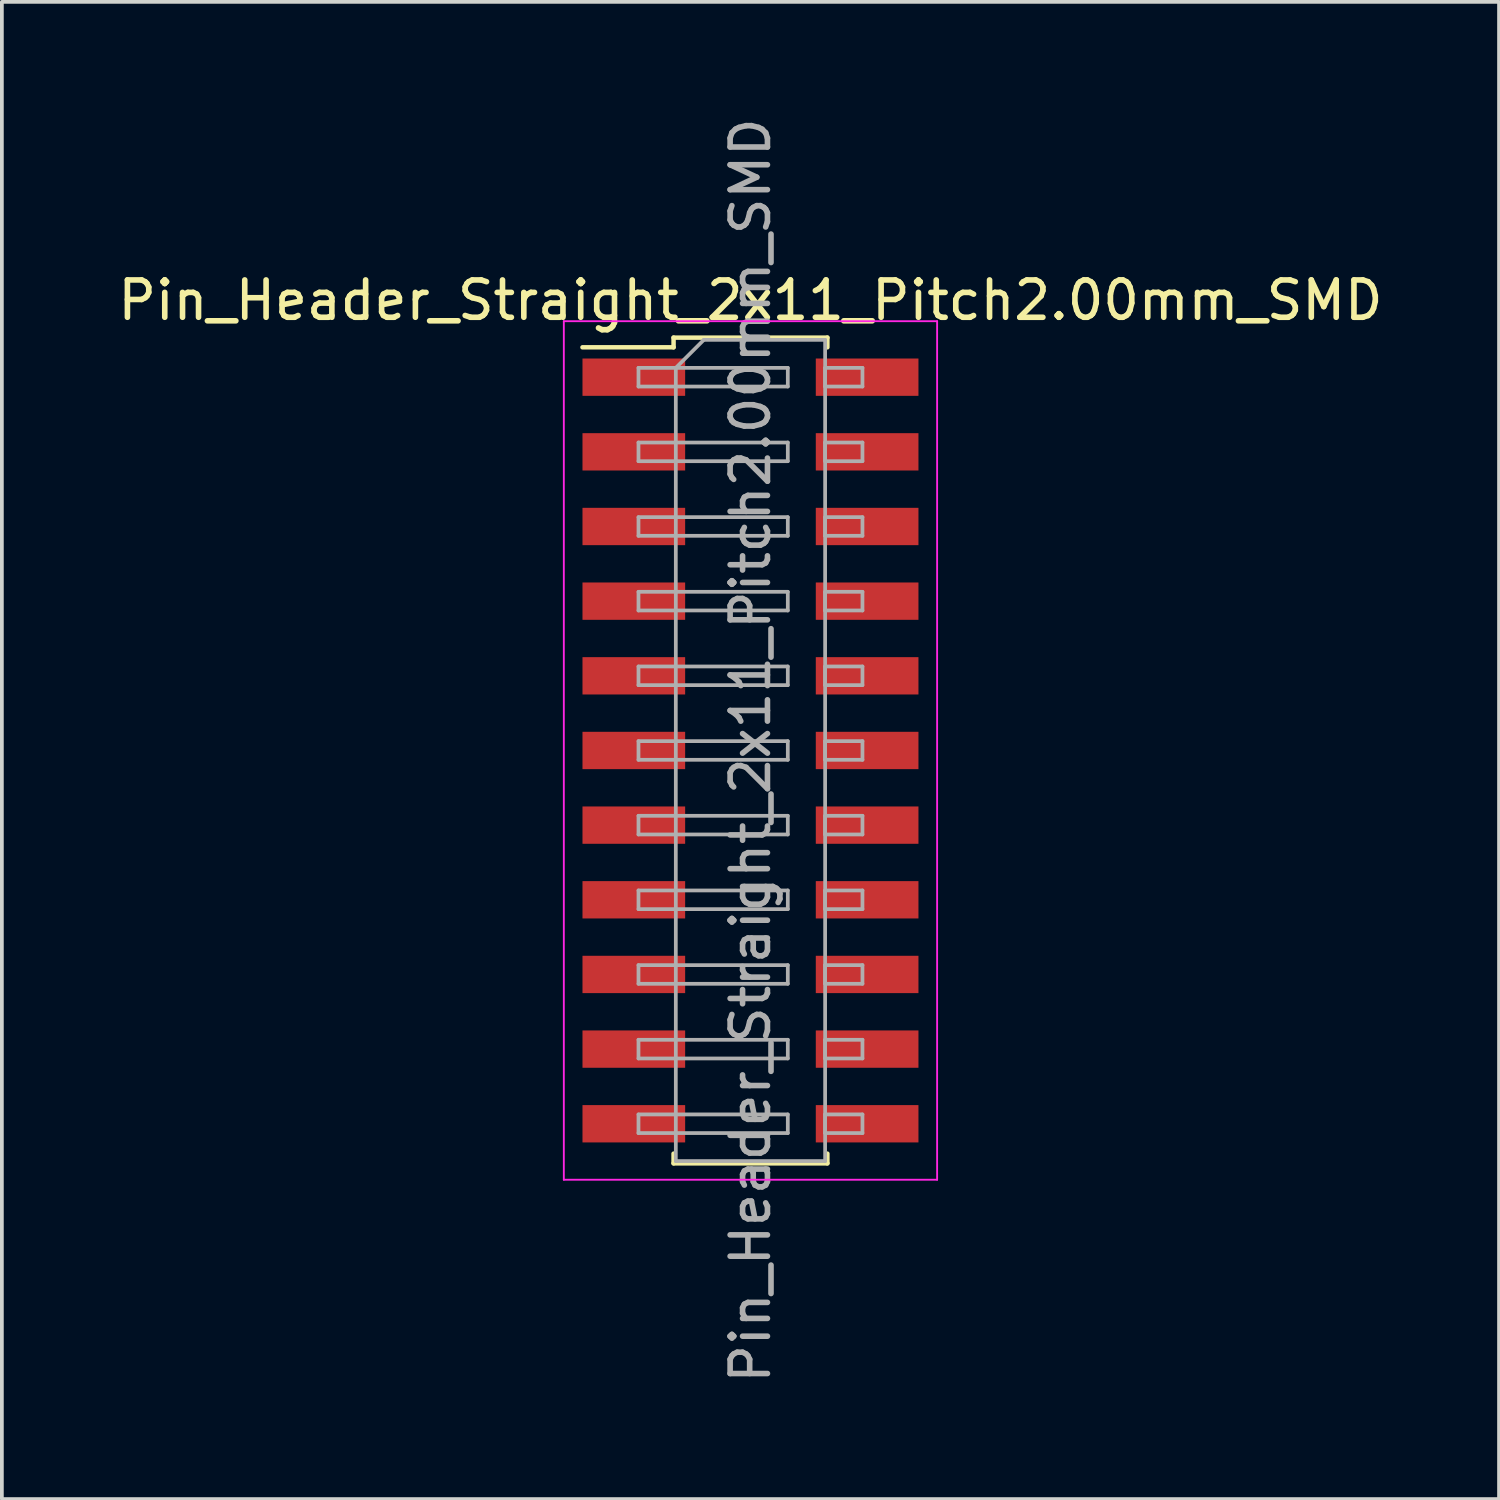
<source format=kicad_pcb>
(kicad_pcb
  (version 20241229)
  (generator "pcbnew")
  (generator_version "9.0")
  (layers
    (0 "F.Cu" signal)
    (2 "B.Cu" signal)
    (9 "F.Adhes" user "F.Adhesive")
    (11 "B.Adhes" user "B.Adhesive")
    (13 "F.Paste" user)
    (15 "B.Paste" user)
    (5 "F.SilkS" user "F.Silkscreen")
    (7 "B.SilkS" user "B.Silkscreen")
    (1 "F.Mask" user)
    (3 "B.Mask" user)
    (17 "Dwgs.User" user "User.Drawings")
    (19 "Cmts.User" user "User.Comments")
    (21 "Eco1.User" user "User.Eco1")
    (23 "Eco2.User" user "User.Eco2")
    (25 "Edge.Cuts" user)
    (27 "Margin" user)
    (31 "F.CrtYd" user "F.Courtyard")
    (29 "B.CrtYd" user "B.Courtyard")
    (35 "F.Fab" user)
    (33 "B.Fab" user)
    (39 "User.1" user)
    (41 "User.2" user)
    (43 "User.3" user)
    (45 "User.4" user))
  (footprint "Pin_Header_Straight_2x11_Pitch2.00mm_SMD"
    (layer "F.Cu")
    (at 17.054 17.054)
    (property "Reference" "Pin_Header_Straight_2x11_Pitch2.00mm_SMD" (at 0 -12.06 0) (layer "F.SilkS") (effects (font (size 1 1) (thickness 0.15))))
    (attr smd)
    (fp_line (start -4.5 -10.8) (end -2.06 -10.8) (stroke (width 0.12) (type solid)) (layer "F.SilkS"))
    (fp_line (start -2.06 -11.06) (end 2.06 -11.06) (stroke (width 0.12) (type solid)) (layer "F.SilkS"))
    (fp_line (start -2.06 -10.8) (end -2.06 -11.06) (stroke (width 0.12) (type solid)) (layer "F.SilkS"))
    (fp_line (start -2.06 10.8) (end -2.06 11.06) (stroke (width 0.12) (type solid)) (layer "F.SilkS"))
    (fp_line (start -2.06 11.06) (end 2.06 11.06) (stroke (width 0.12) (type solid)) (layer "F.SilkS"))
    (fp_line (start 2.06 -11.06) (end 2.06 -10.8) (stroke (width 0.12) (type solid)) (layer "F.SilkS"))
    (fp_line (start 2.06 11.06) (end 2.06 10.8) (stroke (width 0.12) (type solid)) (layer "F.SilkS"))
    (fp_line (start -5 -11.5) (end -5 11.5) (stroke (width 0.05) (type solid)) (layer "F.CrtYd"))
    (fp_line (start -5 11.5) (end 5 11.5) (stroke (width 0.05) (type solid)) (layer "F.CrtYd"))
    (fp_line (start 5 -11.5) (end -5 -11.5) (stroke (width 0.05) (type solid)) (layer "F.CrtYd"))
    (fp_line (start 5 11.5) (end 5 -11.5) (stroke (width 0.05) (type solid)) (layer "F.CrtYd"))
    (fp_line (start -3 -10.25) (end -3 -9.75) (stroke (width 0.1) (type solid)) (layer "F.Fab"))
    (fp_line (start -3 -9.75) (end -2 -9.75) (stroke (width 0.1) (type solid)) (layer "F.Fab"))
    (fp_line (start -3 -8.25) (end -3 -7.75) (stroke (width 0.1) (type solid)) (layer "F.Fab"))
    (fp_line (start -3 -7.75) (end -2 -7.75) (stroke (width 0.1) (type solid)) (layer "F.Fab"))
    (fp_line (start -3 -6.25) (end -3 -5.75) (stroke (width 0.1) (type solid)) (layer "F.Fab"))
    (fp_line (start -3 -5.75) (end -2 -5.75) (stroke (width 0.1) (type solid)) (layer "F.Fab"))
    (fp_line (start -3 -4.25) (end -3 -3.75) (stroke (width 0.1) (type solid)) (layer "F.Fab"))
    (fp_line (start -3 -3.75) (end -2 -3.75) (stroke (width 0.1) (type solid)) (layer "F.Fab"))
    (fp_line (start -3 -2.25) (end -3 -1.75) (stroke (width 0.1) (type solid)) (layer "F.Fab"))
    (fp_line (start -3 -1.75) (end -2 -1.75) (stroke (width 0.1) (type solid)) (layer "F.Fab"))
    (fp_line (start -3 -0.25) (end -3 0.25) (stroke (width 0.1) (type solid)) (layer "F.Fab"))
    (fp_line (start -3 0.25) (end -2 0.25) (stroke (width 0.1) (type solid)) (layer "F.Fab"))
    (fp_line (start -3 1.75) (end -3 2.25) (stroke (width 0.1) (type solid)) (layer "F.Fab"))
    (fp_line (start -3 2.25) (end -2 2.25) (stroke (width 0.1) (type solid)) (layer "F.Fab"))
    (fp_line (start -3 3.75) (end -3 4.25) (stroke (width 0.1) (type solid)) (layer "F.Fab"))
    (fp_line (start -3 4.25) (end -2 4.25) (stroke (width 0.1) (type solid)) (layer "F.Fab"))
    (fp_line (start -3 5.75) (end -3 6.25) (stroke (width 0.1) (type solid)) (layer "F.Fab"))
    (fp_line (start -3 6.25) (end -2 6.25) (stroke (width 0.1) (type solid)) (layer "F.Fab"))
    (fp_line (start -3 7.75) (end -3 8.25) (stroke (width 0.1) (type solid)) (layer "F.Fab"))
    (fp_line (start -3 8.25) (end -2 8.25) (stroke (width 0.1) (type solid)) (layer "F.Fab"))
    (fp_line (start -3 9.75) (end -3 10.25) (stroke (width 0.1) (type solid)) (layer "F.Fab"))
    (fp_line (start -3 10.25) (end -2 10.25) (stroke (width 0.1) (type solid)) (layer "F.Fab"))
    (fp_line (start -2 -10.25) (end -3 -10.25) (stroke (width 0.1) (type solid)) (layer "F.Fab"))
    (fp_line (start -2 -10.25) (end -1.25 -11) (stroke (width 0.1) (type solid)) (layer "F.Fab"))
    (fp_line (start -2 -10.25) (end 1 -10.25) (stroke (width 0.1) (type solid)) (layer "F.Fab"))
    (fp_line (start -2 -8.25) (end -3 -8.25) (stroke (width 0.1) (type solid)) (layer "F.Fab"))
    (fp_line (start -2 -8.25) (end 1 -8.25) (stroke (width 0.1) (type solid)) (layer "F.Fab"))
    (fp_line (start -2 -6.25) (end -3 -6.25) (stroke (width 0.1) (type solid)) (layer "F.Fab"))
    (fp_line (start -2 -6.25) (end 1 -6.25) (stroke (width 0.1) (type solid)) (layer "F.Fab"))
    (fp_line (start -2 -4.25) (end -3 -4.25) (stroke (width 0.1) (type solid)) (layer "F.Fab"))
    (fp_line (start -2 -4.25) (end 1 -4.25) (stroke (width 0.1) (type solid)) (layer "F.Fab"))
    (fp_line (start -2 -2.25) (end -3 -2.25) (stroke (width 0.1) (type solid)) (layer "F.Fab"))
    (fp_line (start -2 -2.25) (end 1 -2.25) (stroke (width 0.1) (type solid)) (layer "F.Fab"))
    (fp_line (start -2 -0.25) (end -3 -0.25) (stroke (width 0.1) (type solid)) (layer "F.Fab"))
    (fp_line (start -2 -0.25) (end 1 -0.25) (stroke (width 0.1) (type solid)) (layer "F.Fab"))
    (fp_line (start -2 1.75) (end -3 1.75) (stroke (width 0.1) (type solid)) (layer "F.Fab"))
    (fp_line (start -2 1.75) (end 1 1.75) (stroke (width 0.1) (type solid)) (layer "F.Fab"))
    (fp_line (start -2 3.75) (end -3 3.75) (stroke (width 0.1) (type solid)) (layer "F.Fab"))
    (fp_line (start -2 3.75) (end 1 3.75) (stroke (width 0.1) (type solid)) (layer "F.Fab"))
    (fp_line (start -2 5.75) (end -3 5.75) (stroke (width 0.1) (type solid)) (layer "F.Fab"))
    (fp_line (start -2 5.75) (end 1 5.75) (stroke (width 0.1) (type solid)) (layer "F.Fab"))
    (fp_line (start -2 7.75) (end -3 7.75) (stroke (width 0.1) (type solid)) (layer "F.Fab"))
    (fp_line (start -2 7.75) (end 1 7.75) (stroke (width 0.1) (type solid)) (layer "F.Fab"))
    (fp_line (start -2 9.75) (end -3 9.75) (stroke (width 0.1) (type solid)) (layer "F.Fab"))
    (fp_line (start -2 9.75) (end 1 9.75) (stroke (width 0.1) (type solid)) (layer "F.Fab"))
    (fp_line (start -2 11) (end -2 -10.25) (stroke (width 0.1) (type solid)) (layer "F.Fab"))
    (fp_line (start -1.25 -11) (end 2 -11) (stroke (width 0.1) (type solid)) (layer "F.Fab"))
    (fp_line (start 1 -10.25) (end 1 -9.75) (stroke (width 0.1) (type solid)) (layer "F.Fab"))
    (fp_line (start 1 -9.75) (end -2 -9.75) (stroke (width 0.1) (type solid)) (layer "F.Fab"))
    (fp_line (start 1 -8.25) (end 1 -7.75) (stroke (width 0.1) (type solid)) (layer "F.Fab"))
    (fp_line (start 1 -7.75) (end -2 -7.75) (stroke (width 0.1) (type solid)) (layer "F.Fab"))
    (fp_line (start 1 -6.25) (end 1 -5.75) (stroke (width 0.1) (type solid)) (layer "F.Fab"))
    (fp_line (start 1 -5.75) (end -2 -5.75) (stroke (width 0.1) (type solid)) (layer "F.Fab"))
    (fp_line (start 1 -4.25) (end 1 -3.75) (stroke (width 0.1) (type solid)) (layer "F.Fab"))
    (fp_line (start 1 -3.75) (end -2 -3.75) (stroke (width 0.1) (type solid)) (layer "F.Fab"))
    (fp_line (start 1 -2.25) (end 1 -1.75) (stroke (width 0.1) (type solid)) (layer "F.Fab"))
    (fp_line (start 1 -1.75) (end -2 -1.75) (stroke (width 0.1) (type solid)) (layer "F.Fab"))
    (fp_line (start 1 -0.25) (end 1 0.25) (stroke (width 0.1) (type solid)) (layer "F.Fab"))
    (fp_line (start 1 0.25) (end -2 0.25) (stroke (width 0.1) (type solid)) (layer "F.Fab"))
    (fp_line (start 1 1.75) (end 1 2.25) (stroke (width 0.1) (type solid)) (layer "F.Fab"))
    (fp_line (start 1 2.25) (end -2 2.25) (stroke (width 0.1) (type solid)) (layer "F.Fab"))
    (fp_line (start 1 3.75) (end 1 4.25) (stroke (width 0.1) (type solid)) (layer "F.Fab"))
    (fp_line (start 1 4.25) (end -2 4.25) (stroke (width 0.1) (type solid)) (layer "F.Fab"))
    (fp_line (start 1 5.75) (end 1 6.25) (stroke (width 0.1) (type solid)) (layer "F.Fab"))
    (fp_line (start 1 6.25) (end -2 6.25) (stroke (width 0.1) (type solid)) (layer "F.Fab"))
    (fp_line (start 1 7.75) (end 1 8.25) (stroke (width 0.1) (type solid)) (layer "F.Fab"))
    (fp_line (start 1 8.25) (end -2 8.25) (stroke (width 0.1) (type solid)) (layer "F.Fab"))
    (fp_line (start 1 9.75) (end 1 10.25) (stroke (width 0.1) (type solid)) (layer "F.Fab"))
    (fp_line (start 1 10.25) (end -2 10.25) (stroke (width 0.1) (type solid)) (layer "F.Fab"))
    (fp_line (start 2 -11) (end 2 11) (stroke (width 0.1) (type solid)) (layer "F.Fab"))
    (fp_line (start 2 -10.25) (end 2 -9.75) (stroke (width 0.1) (type solid)) (layer "F.Fab"))
    (fp_line (start 2 -9.75) (end 3 -9.75) (stroke (width 0.1) (type solid)) (layer "F.Fab"))
    (fp_line (start 2 -8.25) (end 2 -7.75) (stroke (width 0.1) (type solid)) (layer "F.Fab"))
    (fp_line (start 2 -7.75) (end 3 -7.75) (stroke (width 0.1) (type solid)) (layer "F.Fab"))
    (fp_line (start 2 -6.25) (end 2 -5.75) (stroke (width 0.1) (type solid)) (layer "F.Fab"))
    (fp_line (start 2 -5.75) (end 3 -5.75) (stroke (width 0.1) (type solid)) (layer "F.Fab"))
    (fp_line (start 2 -4.25) (end 2 -3.75) (stroke (width 0.1) (type solid)) (layer "F.Fab"))
    (fp_line (start 2 -3.75) (end 3 -3.75) (stroke (width 0.1) (type solid)) (layer "F.Fab"))
    (fp_line (start 2 -2.25) (end 2 -1.75) (stroke (width 0.1) (type solid)) (layer "F.Fab"))
    (fp_line (start 2 -1.75) (end 3 -1.75) (stroke (width 0.1) (type solid)) (layer "F.Fab"))
    (fp_line (start 2 -0.25) (end 2 0.25) (stroke (width 0.1) (type solid)) (layer "F.Fab"))
    (fp_line (start 2 0.25) (end 3 0.25) (stroke (width 0.1) (type solid)) (layer "F.Fab"))
    (fp_line (start 2 1.75) (end 2 2.25) (stroke (width 0.1) (type solid)) (layer "F.Fab"))
    (fp_line (start 2 2.25) (end 3 2.25) (stroke (width 0.1) (type solid)) (layer "F.Fab"))
    (fp_line (start 2 3.75) (end 2 4.25) (stroke (width 0.1) (type solid)) (layer "F.Fab"))
    (fp_line (start 2 4.25) (end 3 4.25) (stroke (width 0.1) (type solid)) (layer "F.Fab"))
    (fp_line (start 2 5.75) (end 2 6.25) (stroke (width 0.1) (type solid)) (layer "F.Fab"))
    (fp_line (start 2 6.25) (end 3 6.25) (stroke (width 0.1) (type solid)) (layer "F.Fab"))
    (fp_line (start 2 7.75) (end 2 8.25) (stroke (width 0.1) (type solid)) (layer "F.Fab"))
    (fp_line (start 2 8.25) (end 3 8.25) (stroke (width 0.1) (type solid)) (layer "F.Fab"))
    (fp_line (start 2 9.75) (end 2 10.25) (stroke (width 0.1) (type solid)) (layer "F.Fab"))
    (fp_line (start 2 10.25) (end 3 10.25) (stroke (width 0.1) (type solid)) (layer "F.Fab"))
    (fp_line (start 2 11) (end -2 11) (stroke (width 0.1) (type solid)) (layer "F.Fab"))
    (fp_line (start 3 -10.25) (end 2 -10.25) (stroke (width 0.1) (type solid)) (layer "F.Fab"))
    (fp_line (start 3 -9.75) (end 3 -10.25) (stroke (width 0.1) (type solid)) (layer "F.Fab"))
    (fp_line (start 3 -8.25) (end 2 -8.25) (stroke (width 0.1) (type solid)) (layer "F.Fab"))
    (fp_line (start 3 -7.75) (end 3 -8.25) (stroke (width 0.1) (type solid)) (layer "F.Fab"))
    (fp_line (start 3 -6.25) (end 2 -6.25) (stroke (width 0.1) (type solid)) (layer "F.Fab"))
    (fp_line (start 3 -5.75) (end 3 -6.25) (stroke (width 0.1) (type solid)) (layer "F.Fab"))
    (fp_line (start 3 -4.25) (end 2 -4.25) (stroke (width 0.1) (type solid)) (layer "F.Fab"))
    (fp_line (start 3 -3.75) (end 3 -4.25) (stroke (width 0.1) (type solid)) (layer "F.Fab"))
    (fp_line (start 3 -2.25) (end 2 -2.25) (stroke (width 0.1) (type solid)) (layer "F.Fab"))
    (fp_line (start 3 -1.75) (end 3 -2.25) (stroke (width 0.1) (type solid)) (layer "F.Fab"))
    (fp_line (start 3 -0.25) (end 2 -0.25) (stroke (width 0.1) (type solid)) (layer "F.Fab"))
    (fp_line (start 3 0.25) (end 3 -0.25) (stroke (width 0.1) (type solid)) (layer "F.Fab"))
    (fp_line (start 3 1.75) (end 2 1.75) (stroke (width 0.1) (type solid)) (layer "F.Fab"))
    (fp_line (start 3 2.25) (end 3 1.75) (stroke (width 0.1) (type solid)) (layer "F.Fab"))
    (fp_line (start 3 3.75) (end 2 3.75) (stroke (width 0.1) (type solid)) (layer "F.Fab"))
    (fp_line (start 3 4.25) (end 3 3.75) (stroke (width 0.1) (type solid)) (layer "F.Fab"))
    (fp_line (start 3 5.75) (end 2 5.75) (stroke (width 0.1) (type solid)) (layer "F.Fab"))
    (fp_line (start 3 6.25) (end 3 5.75) (stroke (width 0.1) (type solid)) (layer "F.Fab"))
    (fp_line (start 3 7.75) (end 2 7.75) (stroke (width 0.1) (type solid)) (layer "F.Fab"))
    (fp_line (start 3 8.25) (end 3 7.75) (stroke (width 0.1) (type solid)) (layer "F.Fab"))
    (fp_line (start 3 9.75) (end 2 9.75) (stroke (width 0.1) (type solid)) (layer "F.Fab"))
    (fp_line (start 3 10.25) (end 3 9.75) (stroke (width 0.1) (type solid)) (layer "F.Fab"))
    (fp_text user "${REFERENCE}" (at 0 0 90) (layer "F.Fab") (effects (font (size 1 1) (thickness 0.15))))
    (pad "1" smd rect (at -3.125 -10) (size 2.75 1) (layers "F.Cu" "F.Mask" "F.Paste"))
    (pad "2" smd rect (at 3.125 -10) (size 2.75 1) (layers "F.Cu" "F.Mask" "F.Paste"))
    (pad "3" smd rect (at -3.125 -8) (size 2.75 1) (layers "F.Cu" "F.Mask" "F.Paste"))
    (pad "4" smd rect (at 3.125 -8) (size 2.75 1) (layers "F.Cu" "F.Mask" "F.Paste"))
    (pad "5" smd rect (at -3.125 -6) (size 2.75 1) (layers "F.Cu" "F.Mask" "F.Paste"))
    (pad "6" smd rect (at 3.125 -6) (size 2.75 1) (layers "F.Cu" "F.Mask" "F.Paste"))
    (pad "7" smd rect (at -3.125 -4) (size 2.75 1) (layers "F.Cu" "F.Mask" "F.Paste"))
    (pad "8" smd rect (at 3.125 -4) (size 2.75 1) (layers "F.Cu" "F.Mask" "F.Paste"))
    (pad "9" smd rect (at -3.125 -2) (size 2.75 1) (layers "F.Cu" "F.Mask" "F.Paste"))
    (pad "10" smd rect (at 3.125 -2) (size 2.75 1) (layers "F.Cu" "F.Mask" "F.Paste"))
    (pad "11" smd rect (at -3.125 0) (size 2.75 1) (layers "F.Cu" "F.Mask" "F.Paste"))
    (pad "12" smd rect (at 3.125 0) (size 2.75 1) (layers "F.Cu" "F.Mask" "F.Paste"))
    (pad "13" smd rect (at -3.125 2) (size 2.75 1) (layers "F.Cu" "F.Mask" "F.Paste"))
    (pad "14" smd rect (at 3.125 2) (size 2.75 1) (layers "F.Cu" "F.Mask" "F.Paste"))
    (pad "15" smd rect (at -3.125 4) (size 2.75 1) (layers "F.Cu" "F.Mask" "F.Paste"))
    (pad "16" smd rect (at 3.125 4) (size 2.75 1) (layers "F.Cu" "F.Mask" "F.Paste"))
    (pad "17" smd rect (at -3.125 6) (size 2.75 1) (layers "F.Cu" "F.Mask" "F.Paste"))
    (pad "18" smd rect (at 3.125 6) (size 2.75 1) (layers "F.Cu" "F.Mask" "F.Paste"))
    (pad "19" smd rect (at -3.125 8) (size 2.75 1) (layers "F.Cu" "F.Mask" "F.Paste"))
    (pad "20" smd rect (at 3.125 8) (size 2.75 1) (layers "F.Cu" "F.Mask" "F.Paste"))
    (pad "21" smd rect (at -3.125 10) (size 2.75 1) (layers "F.Cu" "F.Mask" "F.Paste"))
    (pad "22" smd rect (at 3.125 10) (size 2.75 1) (layers "F.Cu" "F.Mask" "F.Paste")))
  (gr_rect
    (start -3 -3)
    (end 37.107 37.107)
    (stroke (width 0.1) (type default))
    (fill no)
    (layer "Edge.Cuts")))
</source>
